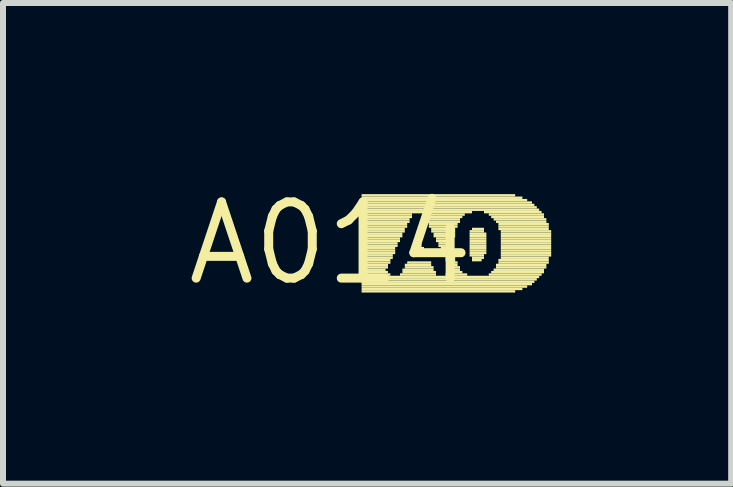
<source format=kicad_pcb>
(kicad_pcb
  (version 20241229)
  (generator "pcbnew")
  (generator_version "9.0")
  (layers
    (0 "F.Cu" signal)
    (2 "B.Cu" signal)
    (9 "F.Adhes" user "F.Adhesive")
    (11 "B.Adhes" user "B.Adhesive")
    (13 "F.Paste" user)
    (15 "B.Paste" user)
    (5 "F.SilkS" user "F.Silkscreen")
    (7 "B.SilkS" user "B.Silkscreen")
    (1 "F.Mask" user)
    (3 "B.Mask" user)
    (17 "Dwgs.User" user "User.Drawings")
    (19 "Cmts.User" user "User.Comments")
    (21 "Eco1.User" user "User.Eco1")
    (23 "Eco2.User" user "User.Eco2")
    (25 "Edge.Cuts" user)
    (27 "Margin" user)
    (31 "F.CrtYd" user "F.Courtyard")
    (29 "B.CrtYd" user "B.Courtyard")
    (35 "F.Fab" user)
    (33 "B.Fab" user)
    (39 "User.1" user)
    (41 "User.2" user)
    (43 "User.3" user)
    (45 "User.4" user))
  (footprint "A014"
    (layer "F.Cu")
    (at 2.457 1.006)
    (property "Reference" "A014" (at 0 0 0) (layer "F.SilkS") (effects (font (size 1.27 1.27) (thickness 0.15))))
    (fp_poly (pts (xy 0.52 -0.78) (xy 3.08 -0.78) (xy 3.08 -0.82) (xy 0.52 -0.82)) (stroke (width 0) (type default)) (fill yes) (layer "F.SilkS"))
    (fp_poly (pts (xy 0.52 -0.74) (xy 3.2 -0.74) (xy 3.2 -0.78) (xy 0.52 -0.78)) (stroke (width 0) (type default)) (fill yes) (layer "F.SilkS"))
    (fp_poly (pts (xy 0.52 -0.7) (xy 3.28 -0.7) (xy 3.28 -0.74) (xy 0.52 -0.74)) (stroke (width 0) (type default)) (fill yes) (layer "F.SilkS"))
    (fp_poly (pts (xy 0.52 -0.66) (xy 3.36 -0.66) (xy 3.36 -0.7) (xy 0.52 -0.7)) (stroke (width 0) (type default)) (fill yes) (layer "F.SilkS"))
    (fp_poly (pts (xy 0.52 -0.62) (xy 3.4 -0.62) (xy 3.4 -0.66) (xy 0.52 -0.66)) (stroke (width 0) (type default)) (fill yes) (layer "F.SilkS"))
    (fp_poly (pts (xy 0.52 -0.58) (xy 3.44 -0.58) (xy 3.44 -0.62) (xy 0.52 -0.62)) (stroke (width 0) (type default)) (fill yes) (layer "F.SilkS"))
    (fp_poly (pts (xy 0.52 -0.54) (xy 3.48 -0.54) (xy 3.48 -0.58) (xy 0.52 -0.58)) (stroke (width 0) (type default)) (fill yes) (layer "F.SilkS"))
    (fp_poly (pts (xy 0.52 -0.5) (xy 2.36 -0.5) (xy 2.36 -0.54) (xy 0.52 -0.54)) (stroke (width 0) (type default)) (fill yes) (layer "F.SilkS"))
    (fp_poly (pts (xy 0.52 -0.46) (xy 1.36 -0.46) (xy 1.36 -0.5) (xy 0.52 -0.5)) (stroke (width 0) (type default)) (fill yes) (layer "F.SilkS"))
    (fp_poly (pts (xy 0.52 -0.42) (xy 1.36 -0.42) (xy 1.36 -0.46) (xy 0.52 -0.46)) (stroke (width 0) (type default)) (fill yes) (layer "F.SilkS"))
    (fp_poly (pts (xy 0.52 -0.38) (xy 1.32 -0.38) (xy 1.32 -0.42) (xy 0.52 -0.42)) (stroke (width 0) (type default)) (fill yes) (layer "F.SilkS"))
    (fp_poly (pts (xy 0.52 -0.34) (xy 1.32 -0.34) (xy 1.32 -0.38) (xy 0.52 -0.38)) (stroke (width 0) (type default)) (fill yes) (layer "F.SilkS"))
    (fp_poly (pts (xy 0.52 -0.3) (xy 1.28 -0.3) (xy 1.28 -0.34) (xy 0.52 -0.34)) (stroke (width 0) (type default)) (fill yes) (layer "F.SilkS"))
    (fp_poly (pts (xy 0.52 -0.26) (xy 1.28 -0.26) (xy 1.28 -0.3) (xy 0.52 -0.3)) (stroke (width 0) (type default)) (fill yes) (layer "F.SilkS"))
    (fp_poly (pts (xy 0.52 -0.22) (xy 1.24 -0.22) (xy 1.24 -0.26) (xy 0.52 -0.26)) (stroke (width 0) (type default)) (fill yes) (layer "F.SilkS"))
    (fp_poly (pts (xy 0.52 -0.18) (xy 1.24 -0.18) (xy 1.24 -0.22) (xy 0.52 -0.22)) (stroke (width 0) (type default)) (fill yes) (layer "F.SilkS"))
    (fp_poly (pts (xy 0.52 -0.14) (xy 1.2 -0.14) (xy 1.2 -0.18) (xy 0.52 -0.18)) (stroke (width 0) (type default)) (fill yes) (layer "F.SilkS"))
    (fp_poly (pts (xy 0.52 -0.1) (xy 1.2 -0.1) (xy 1.2 -0.14) (xy 0.52 -0.14)) (stroke (width 0) (type default)) (fill yes) (layer "F.SilkS"))
    (fp_poly (pts (xy 0.52 -0.06) (xy 1.16 -0.06) (xy 1.16 -0.1) (xy 0.52 -0.1)) (stroke (width 0) (type default)) (fill yes) (layer "F.SilkS"))
    (fp_poly (pts (xy 0.52 -0.02) (xy 1.16 -0.02) (xy 1.16 -0.06) (xy 0.52 -0.06)) (stroke (width 0) (type default)) (fill yes) (layer "F.SilkS"))
    (fp_poly (pts (xy 0.52 0.02) (xy 1.12 0.02) (xy 1.12 -0.02) (xy 0.52 -0.02)) (stroke (width 0) (type default)) (fill yes) (layer "F.SilkS"))
    (fp_poly (pts (xy 0.52 0.06) (xy 1.12 0.06) (xy 1.12 0.02) (xy 0.52 0.02)) (stroke (width 0) (type default)) (fill yes) (layer "F.SilkS"))
    (fp_poly (pts (xy 0.52 0.1) (xy 1.08 0.1) (xy 1.08 0.06) (xy 0.52 0.06)) (stroke (width 0) (type default)) (fill yes) (layer "F.SilkS"))
    (fp_poly (pts (xy 0.52 0.14) (xy 1.08 0.14) (xy 1.08 0.1) (xy 0.52 0.1)) (stroke (width 0) (type default)) (fill yes) (layer "F.SilkS"))
    (fp_poly (pts (xy 0.52 0.18) (xy 1.08 0.18) (xy 1.08 0.14) (xy 0.52 0.14)) (stroke (width 0) (type default)) (fill yes) (layer "F.SilkS"))
    (fp_poly (pts (xy 0.52 0.22) (xy 1.04 0.22) (xy 1.04 0.18) (xy 0.52 0.18)) (stroke (width 0) (type default)) (fill yes) (layer "F.SilkS"))
    (fp_poly (pts (xy 0.52 0.26) (xy 1.04 0.26) (xy 1.04 0.22) (xy 0.52 0.22)) (stroke (width 0) (type default)) (fill yes) (layer "F.SilkS"))
    (fp_poly (pts (xy 0.52 0.3) (xy 1 0.3) (xy 1 0.26) (xy 0.52 0.26)) (stroke (width 0) (type default)) (fill yes) (layer "F.SilkS"))
    (fp_poly (pts (xy 0.52 0.34) (xy 1 0.34) (xy 1 0.3) (xy 0.52 0.3)) (stroke (width 0) (type default)) (fill yes) (layer "F.SilkS"))
    (fp_poly (pts (xy 0.52 0.38) (xy 0.96 0.38) (xy 0.96 0.34) (xy 0.52 0.34)) (stroke (width 0) (type default)) (fill yes) (layer "F.SilkS"))
    (fp_poly (pts (xy 0.52 0.42) (xy 0.96 0.42) (xy 0.96 0.38) (xy 0.52 0.38)) (stroke (width 0) (type default)) (fill yes) (layer "F.SilkS"))
    (fp_poly (pts (xy 0.52 0.46) (xy 0.92 0.46) (xy 0.92 0.42) (xy 0.52 0.42)) (stroke (width 0) (type default)) (fill yes) (layer "F.SilkS"))
    (fp_poly (pts (xy 0.52 0.5) (xy 0.96 0.5) (xy 0.96 0.46) (xy 0.52 0.46)) (stroke (width 0) (type default)) (fill yes) (layer "F.SilkS"))
    (fp_poly (pts (xy 0.52 0.54) (xy 1 0.54) (xy 1 0.5) (xy 0.52 0.5)) (stroke (width 0) (type default)) (fill yes) (layer "F.SilkS"))
    (fp_poly (pts (xy 0.52 0.58) (xy 3.48 0.58) (xy 3.48 0.54) (xy 0.52 0.54)) (stroke (width 0) (type default)) (fill yes) (layer "F.SilkS"))
    (fp_poly (pts (xy 0.52 0.62) (xy 3.44 0.62) (xy 3.44 0.58) (xy 0.52 0.58)) (stroke (width 0) (type default)) (fill yes) (layer "F.SilkS"))
    (fp_poly (pts (xy 0.52 0.66) (xy 3.4 0.66) (xy 3.4 0.62) (xy 0.52 0.62)) (stroke (width 0) (type default)) (fill yes) (layer "F.SilkS"))
    (fp_poly (pts (xy 0.52 0.7) (xy 3.36 0.7) (xy 3.36 0.66) (xy 0.52 0.66)) (stroke (width 0) (type default)) (fill yes) (layer "F.SilkS"))
    (fp_poly (pts (xy 0.52 0.74) (xy 3.28 0.74) (xy 3.28 0.7) (xy 0.52 0.7)) (stroke (width 0) (type default)) (fill yes) (layer "F.SilkS"))
    (fp_poly (pts (xy 0.52 0.78) (xy 3.2 0.78) (xy 3.2 0.74) (xy 0.52 0.74)) (stroke (width 0) (type default)) (fill yes) (layer "F.SilkS"))
    (fp_poly (pts (xy 0.52 0.82) (xy 3.08 0.82) (xy 3.08 0.78) (xy 0.52 0.78)) (stroke (width 0) (type default)) (fill yes) (layer "F.SilkS"))
    (fp_poly (pts (xy 1.16 0.54) (xy 1.76 0.54) (xy 1.76 0.5) (xy 1.16 0.5)) (stroke (width 0) (type default)) (fill yes) (layer "F.SilkS"))
    (fp_poly (pts (xy 1.2 0.46) (xy 1.72 0.46) (xy 1.72 0.42) (xy 1.2 0.42)) (stroke (width 0) (type default)) (fill yes) (layer "F.SilkS"))
    (fp_poly (pts (xy 1.2 0.5) (xy 1.76 0.5) (xy 1.76 0.46) (xy 1.2 0.46)) (stroke (width 0) (type default)) (fill yes) (layer "F.SilkS"))
    (fp_poly (pts (xy 1.24 0.38) (xy 1.68 0.38) (xy 1.68 0.34) (xy 1.24 0.34)) (stroke (width 0) (type default)) (fill yes) (layer "F.SilkS"))
    (fp_poly (pts (xy 1.24 0.42) (xy 1.72 0.42) (xy 1.72 0.38) (xy 1.24 0.38)) (stroke (width 0) (type default)) (fill yes) (layer "F.SilkS"))
    (fp_poly (pts (xy 1.28 0.34) (xy 1.68 0.34) (xy 1.68 0.3) (xy 1.28 0.3)) (stroke (width 0) (type default)) (fill yes) (layer "F.SilkS"))
    (fp_poly (pts (xy 1.36 0.1) (xy 1.56 0.1) (xy 1.56 0.06) (xy 1.36 0.06)) (stroke (width 0) (type default)) (fill yes) (layer "F.SilkS"))
    (fp_poly (pts (xy 1.4 0.02) (xy 1.52 0.02) (xy 1.52 -0.02) (xy 1.4 -0.02)) (stroke (width 0) (type default)) (fill yes) (layer "F.SilkS"))
    (fp_poly (pts (xy 1.4 0.06) (xy 1.52 0.06) (xy 1.52 0.02) (xy 1.4 0.02)) (stroke (width 0) (type default)) (fill yes) (layer "F.SilkS"))
    (fp_poly (pts (xy 1.44 -0.02) (xy 1.48 -0.02) (xy 1.48 -0.06) (xy 1.44 -0.06)) (stroke (width 0) (type default)) (fill yes) (layer "F.SilkS"))
    (fp_poly (pts (xy 1.56 -0.46) (xy 2.24 -0.46) (xy 2.24 -0.5) (xy 1.56 -0.5)) (stroke (width 0) (type default)) (fill yes) (layer "F.SilkS"))
    (fp_poly (pts (xy 1.56 -0.42) (xy 2.2 -0.42) (xy 2.2 -0.46) (xy 1.56 -0.46)) (stroke (width 0) (type default)) (fill yes) (layer "F.SilkS"))
    (fp_poly (pts (xy 1.6 -0.38) (xy 2.16 -0.38) (xy 2.16 -0.42) (xy 1.6 -0.42)) (stroke (width 0) (type default)) (fill yes) (layer "F.SilkS"))
    (fp_poly (pts (xy 1.6 -0.34) (xy 2.16 -0.34) (xy 2.16 -0.38) (xy 1.6 -0.38)) (stroke (width 0) (type default)) (fill yes) (layer "F.SilkS"))
    (fp_poly (pts (xy 1.64 -0.3) (xy 2.12 -0.3) (xy 2.12 -0.34) (xy 1.64 -0.34)) (stroke (width 0) (type default)) (fill yes) (layer "F.SilkS"))
    (fp_poly (pts (xy 1.64 -0.26) (xy 2.12 -0.26) (xy 2.12 -0.3) (xy 1.64 -0.3)) (stroke (width 0) (type default)) (fill yes) (layer "F.SilkS"))
    (fp_poly (pts (xy 1.68 -0.22) (xy 2.08 -0.22) (xy 2.08 -0.26) (xy 1.68 -0.26)) (stroke (width 0) (type default)) (fill yes) (layer "F.SilkS"))
    (fp_poly (pts (xy 1.68 -0.18) (xy 2.08 -0.18) (xy 2.08 -0.22) (xy 1.68 -0.22)) (stroke (width 0) (type default)) (fill yes) (layer "F.SilkS"))
    (fp_poly (pts (xy 1.72 -0.14) (xy 2.08 -0.14) (xy 2.08 -0.18) (xy 1.72 -0.18)) (stroke (width 0) (type default)) (fill yes) (layer "F.SilkS"))
    (fp_poly (pts (xy 1.72 -0.1) (xy 2.08 -0.1) (xy 2.08 -0.14) (xy 1.72 -0.14)) (stroke (width 0) (type default)) (fill yes) (layer "F.SilkS"))
    (fp_poly (pts (xy 1.76 -0.06) (xy 2.04 -0.06) (xy 2.04 -0.1) (xy 1.76 -0.1)) (stroke (width 0) (type default)) (fill yes) (layer "F.SilkS"))
    (fp_poly (pts (xy 1.76 -0.02) (xy 2.04 -0.02) (xy 2.04 -0.06) (xy 1.76 -0.06)) (stroke (width 0) (type default)) (fill yes) (layer "F.SilkS"))
    (fp_poly (pts (xy 1.8 0.02) (xy 2.04 0.02) (xy 2.04 -0.02) (xy 1.8 -0.02)) (stroke (width 0) (type default)) (fill yes) (layer "F.SilkS"))
    (fp_poly (pts (xy 1.8 0.06) (xy 2.04 0.06) (xy 2.04 0.02) (xy 1.8 0.02)) (stroke (width 0) (type default)) (fill yes) (layer "F.SilkS"))
    (fp_poly (pts (xy 1.84 0.1) (xy 2.04 0.1) (xy 2.04 0.06) (xy 1.84 0.06)) (stroke (width 0) (type default)) (fill yes) (layer "F.SilkS"))
    (fp_poly (pts (xy 1.84 0.14) (xy 2.04 0.14) (xy 2.04 0.1) (xy 1.84 0.1)) (stroke (width 0) (type default)) (fill yes) (layer "F.SilkS"))
    (fp_poly (pts (xy 1.88 0.18) (xy 2.08 0.18) (xy 2.08 0.14) (xy 1.88 0.14)) (stroke (width 0) (type default)) (fill yes) (layer "F.SilkS"))
    (fp_poly (pts (xy 1.88 0.22) (xy 2.08 0.22) (xy 2.08 0.18) (xy 1.88 0.18)) (stroke (width 0) (type default)) (fill yes) (layer "F.SilkS"))
    (fp_poly (pts (xy 1.92 0.26) (xy 2.08 0.26) (xy 2.08 0.22) (xy 1.92 0.22)) (stroke (width 0) (type default)) (fill yes) (layer "F.SilkS"))
    (fp_poly (pts (xy 1.92 0.3) (xy 2.08 0.3) (xy 2.08 0.26) (xy 1.92 0.26)) (stroke (width 0) (type default)) (fill yes) (layer "F.SilkS"))
    (fp_poly (pts (xy 1.92 0.54) (xy 2.28 0.54) (xy 2.28 0.5) (xy 1.92 0.5)) (stroke (width 0) (type default)) (fill yes) (layer "F.SilkS"))
    (fp_poly (pts (xy 1.96 0.34) (xy 2.12 0.34) (xy 2.12 0.3) (xy 1.96 0.3)) (stroke (width 0) (type default)) (fill yes) (layer "F.SilkS"))
    (fp_poly (pts (xy 1.96 0.38) (xy 2.12 0.38) (xy 2.12 0.34) (xy 1.96 0.34)) (stroke (width 0) (type default)) (fill yes) (layer "F.SilkS"))
    (fp_poly (pts (xy 1.96 0.5) (xy 2.2 0.5) (xy 2.2 0.46) (xy 1.96 0.46)) (stroke (width 0) (type default)) (fill yes) (layer "F.SilkS"))
    (fp_poly (pts (xy 2 0.42) (xy 2.16 0.42) (xy 2.16 0.38) (xy 2 0.38)) (stroke (width 0) (type default)) (fill yes) (layer "F.SilkS"))
    (fp_poly (pts (xy 2 0.46) (xy 2.16 0.46) (xy 2.16 0.42) (xy 2 0.42)) (stroke (width 0) (type default)) (fill yes) (layer "F.SilkS"))
    (fp_poly (pts (xy 2.32 -0.18) (xy 2.56 -0.18) (xy 2.56 -0.22) (xy 2.32 -0.22)) (stroke (width 0) (type default)) (fill yes) (layer "F.SilkS"))
    (fp_poly (pts (xy 2.32 -0.14) (xy 2.6 -0.14) (xy 2.6 -0.18) (xy 2.32 -0.18)) (stroke (width 0) (type default)) (fill yes) (layer "F.SilkS"))
    (fp_poly (pts (xy 2.32 -0.1) (xy 2.6 -0.1) (xy 2.6 -0.14) (xy 2.32 -0.14)) (stroke (width 0) (type default)) (fill yes) (layer "F.SilkS"))
    (fp_poly (pts (xy 2.32 -0.06) (xy 2.6 -0.06) (xy 2.6 -0.1) (xy 2.32 -0.1)) (stroke (width 0) (type default)) (fill yes) (layer "F.SilkS"))
    (fp_poly (pts (xy 2.32 -0.02) (xy 2.6 -0.02) (xy 2.6 -0.06) (xy 2.32 -0.06)) (stroke (width 0) (type default)) (fill yes) (layer "F.SilkS"))
    (fp_poly (pts (xy 2.32 0.02) (xy 2.6 0.02) (xy 2.6 -0.02) (xy 2.32 -0.02)) (stroke (width 0) (type default)) (fill yes) (layer "F.SilkS"))
    (fp_poly (pts (xy 2.32 0.06) (xy 2.6 0.06) (xy 2.6 0.02) (xy 2.32 0.02)) (stroke (width 0) (type default)) (fill yes) (layer "F.SilkS"))
    (fp_poly (pts (xy 2.32 0.1) (xy 2.6 0.1) (xy 2.6 0.06) (xy 2.32 0.06)) (stroke (width 0) (type default)) (fill yes) (layer "F.SilkS"))
    (fp_poly (pts (xy 2.32 0.14) (xy 2.6 0.14) (xy 2.6 0.1) (xy 2.32 0.1)) (stroke (width 0) (type default)) (fill yes) (layer "F.SilkS"))
    (fp_poly (pts (xy 2.32 0.18) (xy 2.6 0.18) (xy 2.6 0.14) (xy 2.32 0.14)) (stroke (width 0) (type default)) (fill yes) (layer "F.SilkS"))
    (fp_poly (pts (xy 2.32 0.22) (xy 2.56 0.22) (xy 2.56 0.18) (xy 2.32 0.18)) (stroke (width 0) (type default)) (fill yes) (layer "F.SilkS"))
    (fp_poly (pts (xy 2.36 -0.22) (xy 2.56 -0.22) (xy 2.56 -0.26) (xy 2.36 -0.26)) (stroke (width 0) (type default)) (fill yes) (layer "F.SilkS"))
    (fp_poly (pts (xy 2.36 0.26) (xy 2.56 0.26) (xy 2.56 0.22) (xy 2.36 0.22)) (stroke (width 0) (type default)) (fill yes) (layer "F.SilkS"))
    (fp_poly (pts (xy 2.36 0.3) (xy 2.52 0.3) (xy 2.52 0.26) (xy 2.36 0.26)) (stroke (width 0) (type default)) (fill yes) (layer "F.SilkS"))
    (fp_poly (pts (xy 2.56 -0.5) (xy 3.52 -0.5) (xy 3.52 -0.54) (xy 2.56 -0.54)) (stroke (width 0) (type default)) (fill yes) (layer "F.SilkS"))
    (fp_poly (pts (xy 2.64 -0.46) (xy 3.56 -0.46) (xy 3.56 -0.5) (xy 2.64 -0.5)) (stroke (width 0) (type default)) (fill yes) (layer "F.SilkS"))
    (fp_poly (pts (xy 2.64 0.54) (xy 3.52 0.54) (xy 3.52 0.5) (xy 2.64 0.5)) (stroke (width 0) (type default)) (fill yes) (layer "F.SilkS"))
    (fp_poly (pts (xy 2.68 -0.42) (xy 3.56 -0.42) (xy 3.56 -0.46) (xy 2.68 -0.46)) (stroke (width 0) (type default)) (fill yes) (layer "F.SilkS"))
    (fp_poly (pts (xy 2.68 0.5) (xy 3.56 0.5) (xy 3.56 0.46) (xy 2.68 0.46)) (stroke (width 0) (type default)) (fill yes) (layer "F.SilkS"))
    (fp_poly (pts (xy 2.72 -0.38) (xy 3.6 -0.38) (xy 3.6 -0.42) (xy 2.72 -0.42)) (stroke (width 0) (type default)) (fill yes) (layer "F.SilkS"))
    (fp_poly (pts (xy 2.72 0.46) (xy 3.56 0.46) (xy 3.56 0.42) (xy 2.72 0.42)) (stroke (width 0) (type default)) (fill yes) (layer "F.SilkS"))
    (fp_poly (pts (xy 2.76 -0.34) (xy 3.6 -0.34) (xy 3.6 -0.38) (xy 2.76 -0.38)) (stroke (width 0) (type default)) (fill yes) (layer "F.SilkS"))
    (fp_poly (pts (xy 2.76 0.38) (xy 3.6 0.38) (xy 3.6 0.34) (xy 2.76 0.34)) (stroke (width 0) (type default)) (fill yes) (layer "F.SilkS"))
    (fp_poly (pts (xy 2.76 0.42) (xy 3.6 0.42) (xy 3.6 0.38) (xy 2.76 0.38)) (stroke (width 0) (type default)) (fill yes) (layer "F.SilkS"))
    (fp_poly (pts (xy 2.8 -0.3) (xy 3.64 -0.3) (xy 3.64 -0.34) (xy 2.8 -0.34)) (stroke (width 0) (type default)) (fill yes) (layer "F.SilkS"))
    (fp_poly (pts (xy 2.8 -0.26) (xy 3.64 -0.26) (xy 3.64 -0.3) (xy 2.8 -0.3)) (stroke (width 0) (type default)) (fill yes) (layer "F.SilkS"))
    (fp_poly (pts (xy 2.8 -0.22) (xy 3.64 -0.22) (xy 3.64 -0.26) (xy 2.8 -0.26)) (stroke (width 0) (type default)) (fill yes) (layer "F.SilkS"))
    (fp_poly (pts (xy 2.8 0.3) (xy 3.64 0.3) (xy 3.64 0.26) (xy 2.8 0.26)) (stroke (width 0) (type default)) (fill yes) (layer "F.SilkS"))
    (fp_poly (pts (xy 2.8 0.34) (xy 3.64 0.34) (xy 3.64 0.3) (xy 2.8 0.3)) (stroke (width 0) (type default)) (fill yes) (layer "F.SilkS"))
    (fp_poly (pts (xy 2.84 -0.18) (xy 3.68 -0.18) (xy 3.68 -0.22) (xy 2.84 -0.22)) (stroke (width 0) (type default)) (fill yes) (layer "F.SilkS"))
    (fp_poly (pts (xy 2.84 -0.14) (xy 3.68 -0.14) (xy 3.68 -0.18) (xy 2.84 -0.18)) (stroke (width 0) (type default)) (fill yes) (layer "F.SilkS"))
    (fp_poly (pts (xy 2.84 -0.1) (xy 3.68 -0.1) (xy 3.68 -0.14) (xy 2.84 -0.14)) (stroke (width 0) (type default)) (fill yes) (layer "F.SilkS"))
    (fp_poly (pts (xy 2.84 -0.06) (xy 3.68 -0.06) (xy 3.68 -0.1) (xy 2.84 -0.1)) (stroke (width 0) (type default)) (fill yes) (layer "F.SilkS"))
    (fp_poly (pts (xy 2.84 -0.02) (xy 3.68 -0.02) (xy 3.68 -0.06) (xy 2.84 -0.06)) (stroke (width 0) (type default)) (fill yes) (layer "F.SilkS"))
    (fp_poly (pts (xy 2.84 0.02) (xy 3.68 0.02) (xy 3.68 -0.02) (xy 2.84 -0.02)) (stroke (width 0) (type default)) (fill yes) (layer "F.SilkS"))
    (fp_poly (pts (xy 2.84 0.06) (xy 3.68 0.06) (xy 3.68 0.02) (xy 2.84 0.02)) (stroke (width 0) (type default)) (fill yes) (layer "F.SilkS"))
    (fp_poly (pts (xy 2.84 0.1) (xy 3.68 0.1) (xy 3.68 0.06) (xy 2.84 0.06)) (stroke (width 0) (type default)) (fill yes) (layer "F.SilkS"))
    (fp_poly (pts (xy 2.84 0.14) (xy 3.68 0.14) (xy 3.68 0.1) (xy 2.84 0.1)) (stroke (width 0) (type default)) (fill yes) (layer "F.SilkS"))
    (fp_poly (pts (xy 2.84 0.18) (xy 3.68 0.18) (xy 3.68 0.14) (xy 2.84 0.14)) (stroke (width 0) (type default)) (fill yes) (layer "F.SilkS"))
    (fp_poly (pts (xy 2.84 0.22) (xy 3.68 0.22) (xy 3.68 0.18) (xy 2.84 0.18)) (stroke (width 0) (type default)) (fill yes) (layer "F.SilkS"))
    (fp_poly (pts (xy 2.84 0.26) (xy 3.64 0.26) (xy 3.64 0.22) (xy 2.84 0.22)) (stroke (width 0) (type default)) (fill yes) (layer "F.SilkS")))
  (gr_rect
    (start -3 -3)
    (end 9.137 5.012)
    (stroke (width 0.1) (type default))
    (fill no)
    (layer "Edge.Cuts")))
</source>
